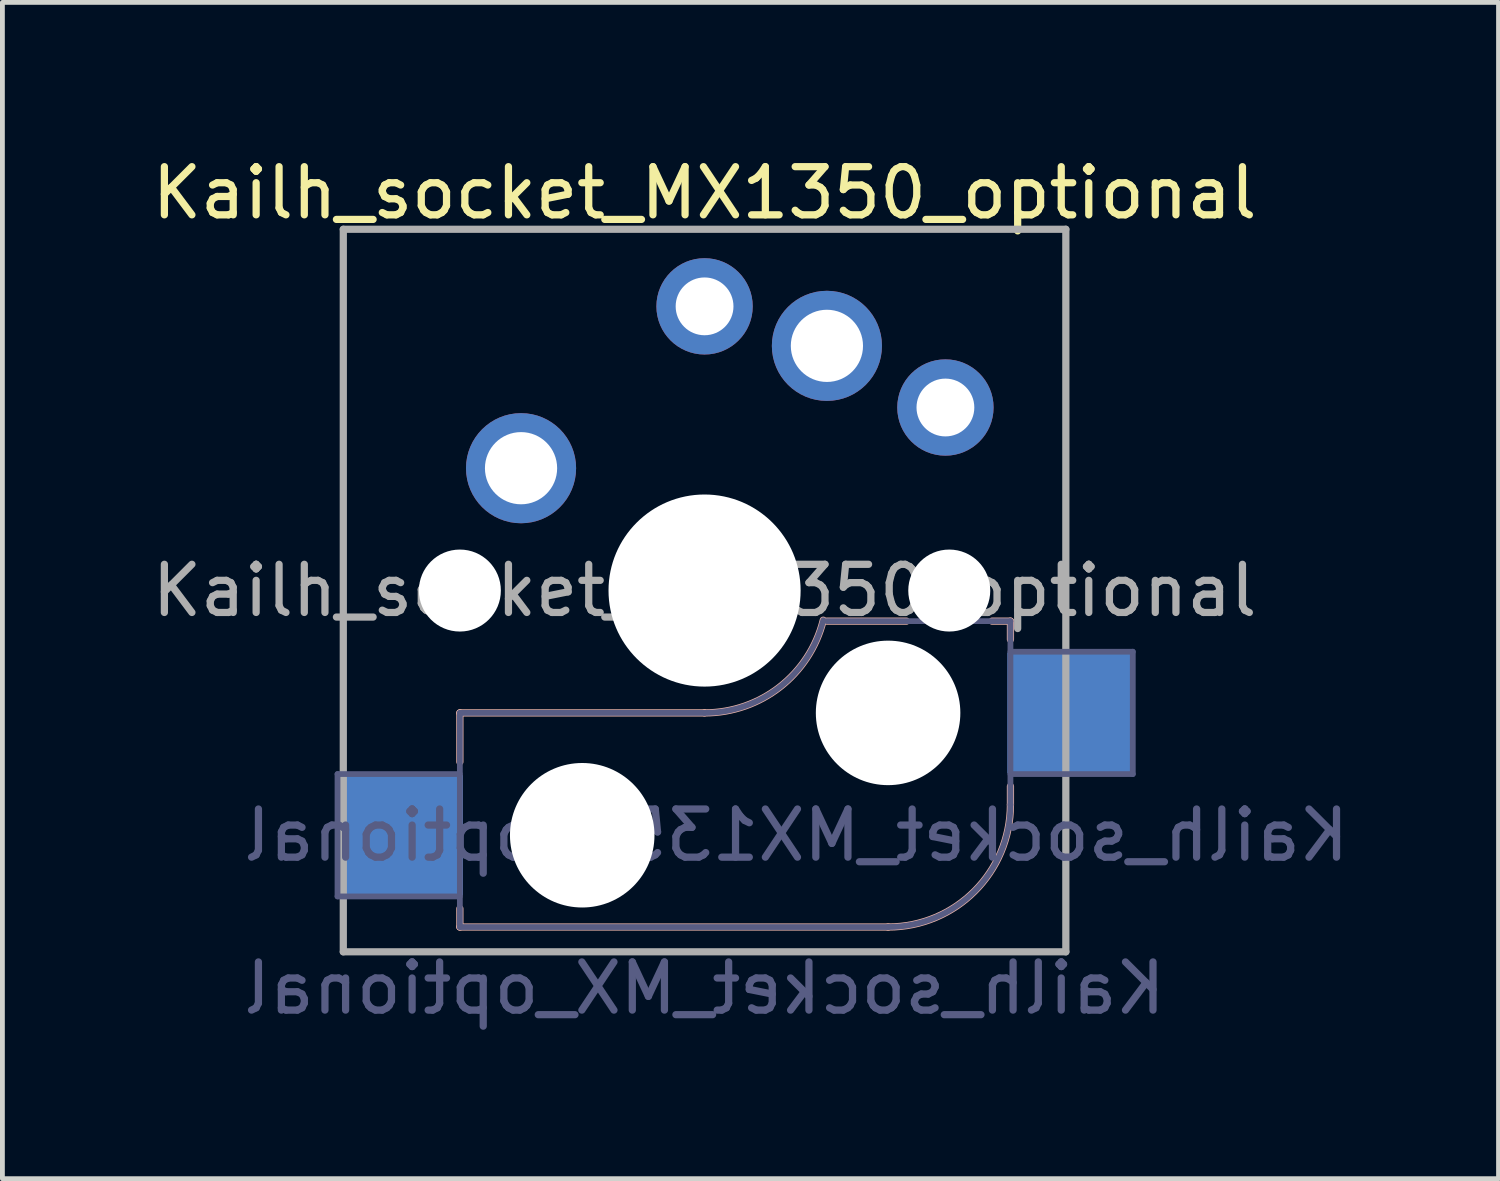
<source format=kicad_pcb>
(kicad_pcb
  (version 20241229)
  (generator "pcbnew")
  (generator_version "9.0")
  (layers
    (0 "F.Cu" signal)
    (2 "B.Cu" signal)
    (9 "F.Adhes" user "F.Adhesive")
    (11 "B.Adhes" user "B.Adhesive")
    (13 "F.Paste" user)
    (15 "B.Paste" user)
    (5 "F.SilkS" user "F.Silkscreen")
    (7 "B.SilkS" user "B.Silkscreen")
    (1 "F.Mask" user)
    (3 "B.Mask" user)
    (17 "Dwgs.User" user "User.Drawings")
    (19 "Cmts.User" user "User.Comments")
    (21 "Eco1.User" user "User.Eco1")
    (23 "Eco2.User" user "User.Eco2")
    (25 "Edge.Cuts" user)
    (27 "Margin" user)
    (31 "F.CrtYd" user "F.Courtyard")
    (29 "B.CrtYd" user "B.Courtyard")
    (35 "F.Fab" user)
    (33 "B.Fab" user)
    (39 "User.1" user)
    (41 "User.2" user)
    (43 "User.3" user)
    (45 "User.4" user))
  (footprint "Kailh_socket_MX1350_optional"
    (layer "F.Cu")
    (at 11.577 9.21)
    (property "Reference" "Kailh_socket_MX1350_optional" (at 0 -8.255 0) (layer "F.SilkS") (effects (font (size 1 1) (thickness 0.15))))
    (property "Value" "Kailh_socket_MX_optional" (at 0 8.255 0) (layer "F.Fab") (hide yes) (effects (font (size 1 1) (thickness 0.15))))
    (attr through_hole)
    (fp_line (start -5.08 2.54) (end -5.08 3.556) (stroke (width 0.15) (type solid)) (layer "B.SilkS"))
    (fp_line (start -5.08 6.604) (end -5.08 6.985) (stroke (width 0.15) (type solid)) (layer "B.SilkS"))
    (fp_line (start -5.08 6.985) (end 3.81 6.985) (stroke (width 0.15) (type solid)) (layer "B.SilkS"))
    (fp_line (start 0 2.54) (end -5.08 2.54) (stroke (width 0.15) (type solid)) (layer "B.SilkS"))
    (fp_line (start 4.191 0.635) (end 2.54 0.635) (stroke (width 0.15) (type solid)) (layer "B.SilkS"))
    (fp_line (start 6.35 0.635) (end 5.969 0.635) (stroke (width 0.15) (type solid)) (layer "B.SilkS"))
    (fp_line (start 6.35 1.016) (end 6.35 0.635) (stroke (width 0.15) (type solid)) (layer "B.SilkS"))
    (fp_line (start 6.35 4.445) (end 6.35 4.064) (stroke (width 0.15) (type solid)) (layer "B.SilkS"))
    (fp_arc (start 2.464162 0.61604) (mid 1.563147 2.002042) (end 0 2.54) (stroke (width 0.15) (type solid)) (layer "B.SilkS"))
    (fp_arc (start 6.35 4.445) (mid 5.606051 6.241051) (end 3.81 6.985) (stroke (width 0.15) (type solid)) (layer "B.SilkS"))
    (fp_line (start -9.15 -9.15) (end -9.15 9.15) (stroke (width 0.12) (type solid)) (layer "Eco2.User"))
    (fp_line (start -9.15 9.15) (end 9.15 9.15) (stroke (width 0.12) (type solid)) (layer "Eco2.User"))
    (fp_line (start -6.9 6.9) (end -6.9 -6.9) (stroke (width 0.15) (type solid)) (layer "Eco2.User"))
    (fp_line (start -6.9 6.9) (end 6.9 6.9) (stroke (width 0.15) (type solid)) (layer "Eco2.User"))
    (fp_line (start 6.9 -6.9) (end -6.9 -6.9) (stroke (width 0.15) (type solid)) (layer "Eco2.User"))
    (fp_line (start 6.9 -6.9) (end 6.9 6.9) (stroke (width 0.15) (type solid)) (layer "Eco2.User"))
    (fp_line (start 9.15 -9.15) (end -9.15 -9.15) (stroke (width 0.12) (type solid)) (layer "Eco2.User"))
    (fp_line (start 9.15 9.15) (end 9.15 -9.15) (stroke (width 0.12) (type solid)) (layer "Eco2.User"))
    (fp_line (start -7.62 3.81) (end -7.62 6.35) (stroke (width 0.12) (type solid)) (layer "B.Fab"))
    (fp_line (start -7.62 6.35) (end -5.08 6.35) (stroke (width 0.12) (type solid)) (layer "B.Fab"))
    (fp_line (start -5.08 2.54) (end -5.08 6.985) (stroke (width 0.12) (type solid)) (layer "B.Fab"))
    (fp_line (start -5.08 3.81) (end -7.62 3.81) (stroke (width 0.12) (type solid)) (layer "B.Fab"))
    (fp_line (start -5.08 6.985) (end 3.81 6.985) (stroke (width 0.12) (type solid)) (layer "B.Fab"))
    (fp_line (start 0 2.54) (end -5.08 2.54) (stroke (width 0.12) (type solid)) (layer "B.Fab"))
    (fp_line (start 6.35 0.635) (end 2.54 0.635) (stroke (width 0.12) (type solid)) (layer "B.Fab"))
    (fp_line (start 6.35 3.81) (end 8.89 3.81) (stroke (width 0.12) (type solid)) (layer "B.Fab"))
    (fp_line (start 6.35 4.445) (end 6.35 0.635) (stroke (width 0.12) (type solid)) (layer "B.Fab"))
    (fp_line (start 8.89 1.27) (end 6.35 1.27) (stroke (width 0.12) (type solid)) (layer "B.Fab"))
    (fp_line (start 8.89 3.81) (end 8.89 1.27) (stroke (width 0.12) (type solid)) (layer "B.Fab"))
    (fp_arc (start 2.464162 0.61604) (mid 1.563147 2.002042) (end 0 2.54) (stroke (width 0.12) (type solid)) (layer "B.Fab"))
    (fp_arc (start 6.35 4.445) (mid 5.606051 6.241051) (end 3.81 6.985) (stroke (width 0.12) (type solid)) (layer "B.Fab"))
    (fp_line (start -7.5 -7.5) (end 7.5 -7.5) (stroke (width 0.15) (type solid)) (layer "F.Fab"))
    (fp_line (start -7.5 7.5) (end -7.5 -7.5) (stroke (width 0.15) (type solid)) (layer "F.Fab"))
    (fp_line (start 7.5 -7.5) (end 7.5 7.5) (stroke (width 0.15) (type solid)) (layer "F.Fab"))
    (fp_line (start 7.5 7.5) (end -7.5 7.5) (stroke (width 0.15) (type solid)) (layer "F.Fab"))
    (fp_text user "${VALUE}" (at 0 8.255 0) (layer "B.Fab") (effects (font (size 1 1) (thickness 0.15)) (justify mirror)))
    (fp_text user "${REFERENCE}" (at 1.905 5.08 0) (layer "B.Fab") (effects (font (size 1 1) (thickness 0.15)) (justify mirror)))
    (fp_text user "${REFERENCE}" (at 0 0 0) (layer "F.Fab") (effects (font (size 1 1) (thickness 0.15))))
    (pad "" np_thru_hole circle (at -5.08 0) (size 1.702 1.702) (drill 1.702) (layers "*.Cu" "*.Mask"))
    (pad "" np_thru_hole circle (at -2.54 5.08) (size 3 3) (drill 3) (layers "*.Cu" "*.Mask"))
    (pad "" np_thru_hole circle (at 0 0) (size 3.988 3.988) (drill 3.988) (layers "*.Cu" "*.Mask"))
    (pad "" np_thru_hole circle (at 3.81 2.54) (size 3 3) (drill 3) (layers "*.Cu" "*.Mask"))
    (pad "" np_thru_hole circle (at 5.08 0) (size 1.702 1.702) (drill 1.702) (layers "*.Cu" "*.Mask"))
    (pad "1" smd rect (at -6.29 5.08) (size 2.55 2.5) (layers "B.Cu" "B.Mask" "B.Paste"))
    (pad "1" thru_hole circle (at -3.81 -2.54) (size 2.286 2.286) (drill 1.499) (layers "*.Cu" "*.Mask"))
    (pad "1" thru_hole circle (at 0 -5.9) (size 2 2) (drill 1.2) (layers "*.Cu" "*.Mask"))
    (pad "2" thru_hole circle (at 2.54 -5.08) (size 2.286 2.286) (drill 1.499) (layers "*.Cu" "*.Mask"))
    (pad "2" thru_hole circle (at 5 -3.8) (size 2 2) (drill 1.2) (layers "*.Cu" "*.Mask"))
    (pad "2" smd rect (at 7.56 2.54) (size 2.55 2.5) (layers "B.Cu" "B.Mask" "B.Paste")))
  (gr_rect
    (start -3 -3)
    (end 28.06 21.42)
    (stroke (width 0.1) (type default))
    (fill no)
    (layer "Edge.Cuts")))
</source>
